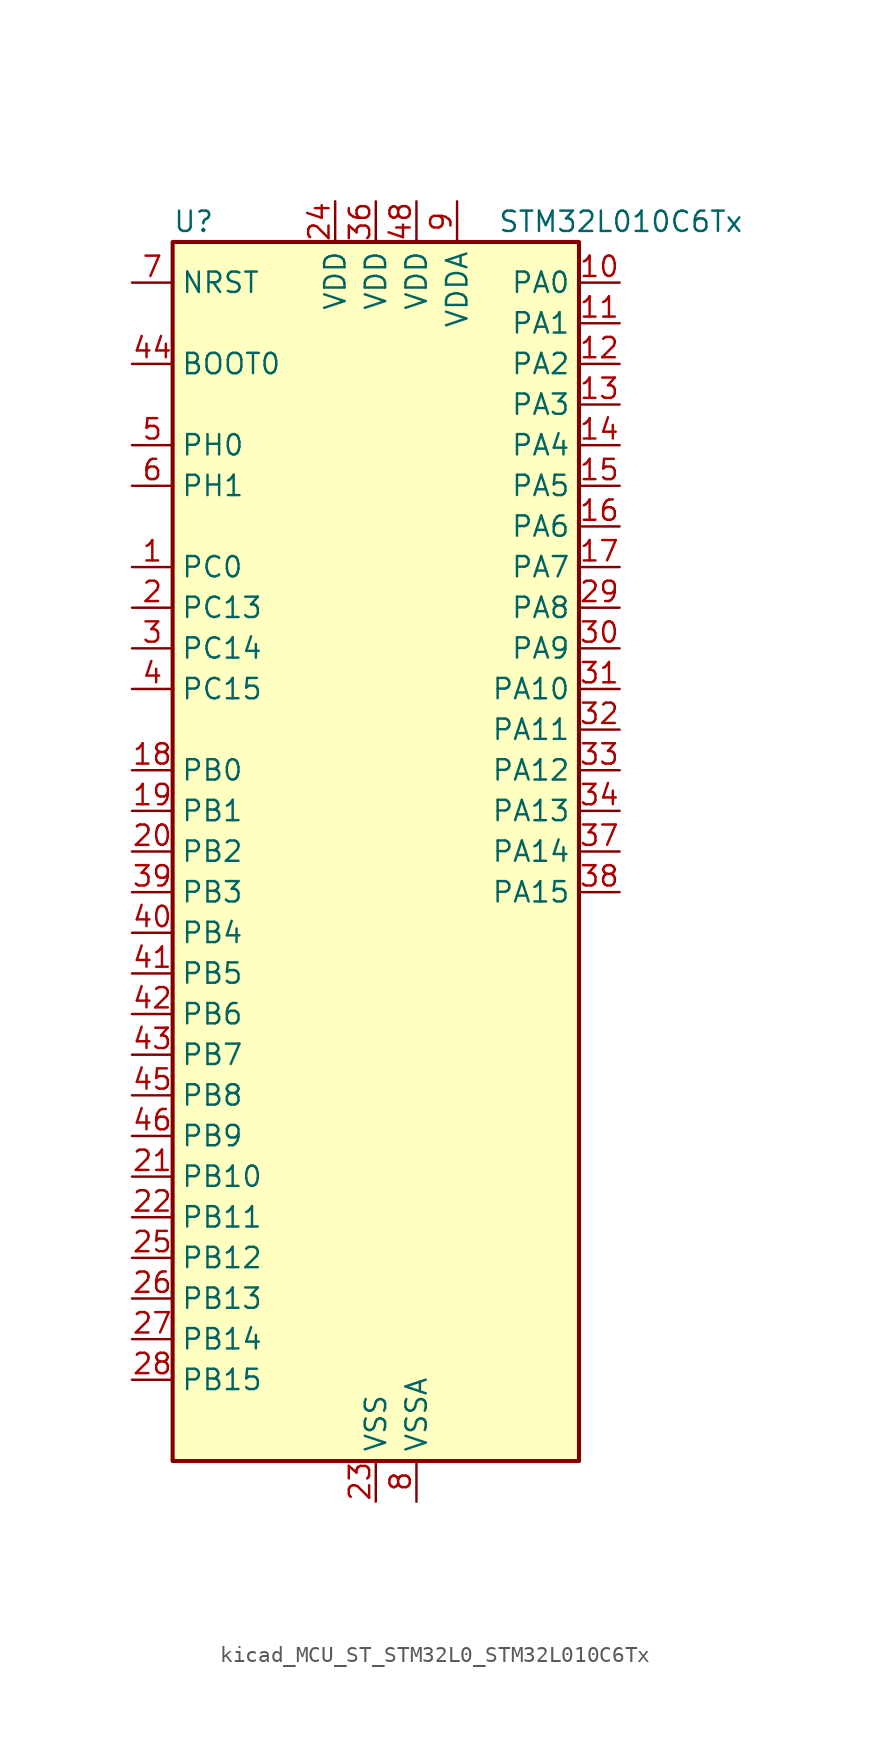
<source format=kicad_sym>
(kicad_symbol_lib
  (version 20220914)
  (generator kicad_symbol_editor)
  (symbol "kicad_MCU_ST_STM32L0_STM32L010C6Tx"
    (property "Reference" "U"
      (at -12.7 39.37 0)
      (effects (font (size 1.27 1.27)) (justify left)))
    (property "Value" "STM32L010C6Tx"
      (at 7.62 39.37 0)
      (effects (font (size 1.27 1.27)) (justify left)))
    (property "ki_locked" ""
      (at 0 0 0)
      (effects (font (size 1.27 1.27))))
    (symbol "kicad_MCU_ST_STM32L0_STM32L010C6Tx_0_1"
      (rectangle (start -12.7 -38.1) (end 12.7 38.1) (stroke (width 0.254) (type default)) (fill (type background))))
    (symbol "kicad_MCU_ST_STM32L0_STM32L010C6Tx_1_1"
      (pin bidirectional line (at -15.24 17.78 0) (length 2.54) (name "PC0" (effects (font (size 1.27 1.27)))) (number "1" (effects (font (size 1.27 1.27)))) (alternate "LPTIM1_IN1" bidirectional line) (alternate "LPUART1_RX" bidirectional line))
      (pin bidirectional line (at 15.24 35.56 180) (length 2.54) (name "PA0" (effects (font (size 1.27 1.27)))) (number "10" (effects (font (size 1.27 1.27)))) (alternate "ADC_IN0" bidirectional line) (alternate "LPTIM1_IN1" bidirectional line) (alternate "RTC_TAMP2" bidirectional line) (alternate "SYS_WKUP1" bidirectional line) (alternate "TIM2_CH1" bidirectional line) (alternate "TIM2_ETR" bidirectional line) (alternate "USART2_CTS" bidirectional line))
      (pin bidirectional line (at 15.24 33.02 180) (length 2.54) (name "PA1" (effects (font (size 1.27 1.27)))) (number "11" (effects (font (size 1.27 1.27)))) (alternate "ADC_IN1" bidirectional line) (alternate "I2C1_SMBA" bidirectional line) (alternate "LPTIM1_IN2" bidirectional line) (alternate "TIM21_ETR" bidirectional line) (alternate "TIM2_CH2" bidirectional line) (alternate "USART2_DE" bidirectional line) (alternate "USART2_RTS" bidirectional line))
      (pin bidirectional line (at 15.24 30.48 180) (length 2.54) (name "PA2" (effects (font (size 1.27 1.27)))) (number "12" (effects (font (size 1.27 1.27)))) (alternate "ADC_IN2" bidirectional line) (alternate "LPUART1_TX" bidirectional line) (alternate "RTC_OUT_ALARM" bidirectional line) (alternate "RTC_OUT_CALIB" bidirectional line) (alternate "RTC_TAMP3" bidirectional line) (alternate "RTC_TS" bidirectional line) (alternate "SYS_WKUP3" bidirectional line) (alternate "TIM21_CH1" bidirectional line) (alternate "TIM2_CH3" bidirectional line) (alternate "USART2_TX" bidirectional line))
      (pin bidirectional line (at 15.24 27.94 180) (length 2.54) (name "PA3" (effects (font (size 1.27 1.27)))) (number "13" (effects (font (size 1.27 1.27)))) (alternate "ADC_IN3" bidirectional line) (alternate "LPUART1_RX" bidirectional line) (alternate "TIM21_CH2" bidirectional line) (alternate "TIM2_CH4" bidirectional line) (alternate "USART2_RX" bidirectional line))
      (pin bidirectional line (at 15.24 25.4 180) (length 2.54) (name "PA4" (effects (font (size 1.27 1.27)))) (number "14" (effects (font (size 1.27 1.27)))) (alternate "ADC_IN4" bidirectional line) (alternate "LPTIM1_IN1" bidirectional line) (alternate "SPI1_NSS" bidirectional line) (alternate "USART2_CK" bidirectional line))
      (pin bidirectional line (at 15.24 22.86 180) (length 2.54) (name "PA5" (effects (font (size 1.27 1.27)))) (number "15" (effects (font (size 1.27 1.27)))) (alternate "ADC_IN5" bidirectional line) (alternate "LPTIM1_IN2" bidirectional line) (alternate "SPI1_SCK" bidirectional line) (alternate "TIM2_CH1" bidirectional line) (alternate "TIM2_ETR" bidirectional line))
      (pin bidirectional line (at 15.24 20.32 180) (length 2.54) (name "PA6" (effects (font (size 1.27 1.27)))) (number "16" (effects (font (size 1.27 1.27)))) (alternate "ADC_IN6" bidirectional line) (alternate "LPTIM1_ETR" bidirectional line) (alternate "LPUART1_CTS" bidirectional line) (alternate "SPI1_MISO" bidirectional line))
      (pin bidirectional line (at 15.24 17.78 180) (length 2.54) (name "PA7" (effects (font (size 1.27 1.27)))) (number "17" (effects (font (size 1.27 1.27)))) (alternate "ADC_IN7" bidirectional line) (alternate "LPTIM1_OUT" bidirectional line) (alternate "SPI1_MOSI" bidirectional line) (alternate "USART2_CTS" bidirectional line))
      (pin bidirectional line (at -15.24 5.08 0) (length 2.54) (name "PB0" (effects (font (size 1.27 1.27)))) (number "18" (effects (font (size 1.27 1.27)))) (alternate "ADC_IN8" bidirectional line) (alternate "SPI1_MISO" bidirectional line) (alternate "SYS_VREF_OUT_PB0" bidirectional line) (alternate "TIM2_CH3" bidirectional line) (alternate "USART2_DE" bidirectional line) (alternate "USART2_RTS" bidirectional line))
      (pin bidirectional line (at -15.24 2.54 0) (length 2.54) (name "PB1" (effects (font (size 1.27 1.27)))) (number "19" (effects (font (size 1.27 1.27)))) (alternate "ADC_IN9" bidirectional line) (alternate "LPUART1_DE" bidirectional line) (alternate "LPUART1_RTS" bidirectional line) (alternate "SPI1_MOSI" bidirectional line) (alternate "SYS_VREF_OUT_PB1" bidirectional line) (alternate "TIM2_CH4" bidirectional line) (alternate "USART2_CK" bidirectional line))
      (pin bidirectional line (at -15.24 15.24 0) (length 2.54) (name "PC13" (effects (font (size 1.27 1.27)))) (number "2" (effects (font (size 1.27 1.27)))) (alternate "RTC_TAMP1" bidirectional line) (alternate "SYS_WKUP2" bidirectional line))
      (pin bidirectional line (at -15.24 0 0) (length 2.54) (name "PB2" (effects (font (size 1.27 1.27)))) (number "20" (effects (font (size 1.27 1.27)))) (alternate "LPTIM1_OUT" bidirectional line))
      (pin bidirectional line (at -15.24 -20.32 0) (length 2.54) (name "PB10" (effects (font (size 1.27 1.27)))) (number "21" (effects (font (size 1.27 1.27)))) (alternate "LPUART1_TX" bidirectional line) (alternate "TIM2_CH3" bidirectional line))
      (pin bidirectional line (at -15.24 -22.86 0) (length 2.54) (name "PB11" (effects (font (size 1.27 1.27)))) (number "22" (effects (font (size 1.27 1.27)))) (alternate "ADC_EXTI11" bidirectional line) (alternate "LPUART1_RX" bidirectional line) (alternate "TIM2_CH4" bidirectional line))
      (pin power_in line (at 0 -40.64 90) (length 2.54) (name "VSS" (effects (font (size 1.27 1.27)))) (number "23" (effects (font (size 1.27 1.27)))))
      (pin power_in line (at -2.54 40.64 270) (length 2.54) (name "VDD" (effects (font (size 1.27 1.27)))) (number "24" (effects (font (size 1.27 1.27)))))
      (pin bidirectional line (at -15.24 -25.4 0) (length 2.54) (name "PB12" (effects (font (size 1.27 1.27)))) (number "25" (effects (font (size 1.27 1.27)))) (alternate "SPI1_NSS" bidirectional line))
      (pin bidirectional line (at -15.24 -27.94 0) (length 2.54) (name "PB13" (effects (font (size 1.27 1.27)))) (number "26" (effects (font (size 1.27 1.27)))) (alternate "LPUART1_CTS" bidirectional line) (alternate "RCC_MCO" bidirectional line) (alternate "SPI1_SCK" bidirectional line) (alternate "TIM21_CH1" bidirectional line))
      (pin bidirectional line (at -15.24 -30.48 0) (length 2.54) (name "PB14" (effects (font (size 1.27 1.27)))) (number "27" (effects (font (size 1.27 1.27)))) (alternate "LPUART1_DE" bidirectional line) (alternate "LPUART1_RTS" bidirectional line) (alternate "RTC_OUT_ALARM" bidirectional line) (alternate "RTC_OUT_CALIB" bidirectional line) (alternate "SPI1_MISO" bidirectional line) (alternate "TIM21_CH2" bidirectional line))
      (pin bidirectional line (at -15.24 -33.02 0) (length 2.54) (name "PB15" (effects (font (size 1.27 1.27)))) (number "28" (effects (font (size 1.27 1.27)))) (alternate "RTC_REFIN" bidirectional line) (alternate "SPI1_MOSI" bidirectional line))
      (pin bidirectional line (at 15.24 15.24 180) (length 2.54) (name "PA8" (effects (font (size 1.27 1.27)))) (number "29" (effects (font (size 1.27 1.27)))) (alternate "LPTIM1_IN1" bidirectional line) (alternate "RCC_MCO" bidirectional line) (alternate "TIM2_CH1" bidirectional line) (alternate "USART2_CK" bidirectional line))
      (pin bidirectional line (at -15.24 12.7 0) (length 2.54) (name "PC14" (effects (font (size 1.27 1.27)))) (number "3" (effects (font (size 1.27 1.27)))) (alternate "RCC_OSC32_IN" bidirectional line))
      (pin bidirectional line (at 15.24 12.7 180) (length 2.54) (name "PA9" (effects (font (size 1.27 1.27)))) (number "30" (effects (font (size 1.27 1.27)))) (alternate "I2C1_SCL" bidirectional line) (alternate "RCC_MCO" bidirectional line) (alternate "USART2_TX" bidirectional line))
      (pin bidirectional line (at 15.24 10.16 180) (length 2.54) (name "PA10" (effects (font (size 1.27 1.27)))) (number "31" (effects (font (size 1.27 1.27)))) (alternate "I2C1_SDA" bidirectional line) (alternate "USART2_RX" bidirectional line))
      (pin bidirectional line (at 15.24 7.62 180) (length 2.54) (name "PA11" (effects (font (size 1.27 1.27)))) (number "32" (effects (font (size 1.27 1.27)))) (alternate "ADC_EXTI11" bidirectional line) (alternate "SPI1_MISO" bidirectional line) (alternate "TIM21_CH2" bidirectional line) (alternate "USART2_CTS" bidirectional line))
      (pin bidirectional line (at 15.24 5.08 180) (length 2.54) (name "PA12" (effects (font (size 1.27 1.27)))) (number "33" (effects (font (size 1.27 1.27)))) (alternate "SPI1_MOSI" bidirectional line) (alternate "USART2_DE" bidirectional line) (alternate "USART2_RTS" bidirectional line))
      (pin bidirectional line (at 15.24 2.54 180) (length 2.54) (name "PA13" (effects (font (size 1.27 1.27)))) (number "34" (effects (font (size 1.27 1.27)))) (alternate "LPTIM1_ETR" bidirectional line) (alternate "LPUART1_RX" bidirectional line) (alternate "SYS_SWDIO" bidirectional line))
      (pin passive line (at 0 -40.64 90) (length 2.54) hide (name "VSS" (effects (font (size 1.27 1.27)))) (number "35" (effects (font (size 1.27 1.27)))))
      (pin power_in line (at 0 40.64 270) (length 2.54) (name "VDD" (effects (font (size 1.27 1.27)))) (number "36" (effects (font (size 1.27 1.27)))))
      (pin bidirectional line (at 15.24 0 180) (length 2.54) (name "PA14" (effects (font (size 1.27 1.27)))) (number "37" (effects (font (size 1.27 1.27)))) (alternate "I2C1_SMBA" bidirectional line) (alternate "LPTIM1_OUT" bidirectional line) (alternate "LPUART1_TX" bidirectional line) (alternate "SYS_SWCLK" bidirectional line) (alternate "USART2_TX" bidirectional line))
      (pin bidirectional line (at 15.24 -2.54 180) (length 2.54) (name "PA15" (effects (font (size 1.27 1.27)))) (number "38" (effects (font (size 1.27 1.27)))) (alternate "SPI1_NSS" bidirectional line) (alternate "TIM2_CH1" bidirectional line) (alternate "TIM2_ETR" bidirectional line) (alternate "USART2_RX" bidirectional line))
      (pin bidirectional line (at -15.24 -2.54 0) (length 2.54) (name "PB3" (effects (font (size 1.27 1.27)))) (number "39" (effects (font (size 1.27 1.27)))) (alternate "SPI1_SCK" bidirectional line) (alternate "TIM2_CH2" bidirectional line))
      (pin bidirectional line (at -15.24 10.16 0) (length 2.54) (name "PC15" (effects (font (size 1.27 1.27)))) (number "4" (effects (font (size 1.27 1.27)))) (alternate "RCC_OSC32_OUT" bidirectional line))
      (pin bidirectional line (at -15.24 -5.08 0) (length 2.54) (name "PB4" (effects (font (size 1.27 1.27)))) (number "40" (effects (font (size 1.27 1.27)))) (alternate "SPI1_MISO" bidirectional line))
      (pin bidirectional line (at -15.24 -7.62 0) (length 2.54) (name "PB5" (effects (font (size 1.27 1.27)))) (number "41" (effects (font (size 1.27 1.27)))) (alternate "I2C1_SMBA" bidirectional line) (alternate "LPTIM1_IN1" bidirectional line) (alternate "SPI1_MOSI" bidirectional line))
      (pin bidirectional line (at -15.24 -10.16 0) (length 2.54) (name "PB6" (effects (font (size 1.27 1.27)))) (number "42" (effects (font (size 1.27 1.27)))) (alternate "I2C1_SCL" bidirectional line) (alternate "LPTIM1_ETR" bidirectional line) (alternate "TIM21_CH1" bidirectional line) (alternate "USART2_TX" bidirectional line))
      (pin bidirectional line (at -15.24 -12.7 0) (length 2.54) (name "PB7" (effects (font (size 1.27 1.27)))) (number "43" (effects (font (size 1.27 1.27)))) (alternate "I2C1_SDA" bidirectional line) (alternate "LPTIM1_IN2" bidirectional line) (alternate "SYS_PVD_IN" bidirectional line) (alternate "USART2_RX" bidirectional line))
      (pin input line (at -15.24 30.48 0) (length 2.54) (name "BOOT0" (effects (font (size 1.27 1.27)))) (number "44" (effects (font (size 1.27 1.27)))))
      (pin bidirectional line (at -15.24 -15.24 0) (length 2.54) (name "PB8" (effects (font (size 1.27 1.27)))) (number "45" (effects (font (size 1.27 1.27)))) (alternate "I2C1_SCL" bidirectional line))
      (pin bidirectional line (at -15.24 -17.78 0) (length 2.54) (name "PB9" (effects (font (size 1.27 1.27)))) (number "46" (effects (font (size 1.27 1.27)))) (alternate "I2C1_SDA" bidirectional line))
      (pin passive line (at 0 -40.64 90) (length 2.54) hide (name "VSS" (effects (font (size 1.27 1.27)))) (number "47" (effects (font (size 1.27 1.27)))))
      (pin power_in line (at 2.54 40.64 270) (length 2.54) (name "VDD" (effects (font (size 1.27 1.27)))) (number "48" (effects (font (size 1.27 1.27)))))
      (pin bidirectional line (at -15.24 25.4 0) (length 2.54) (name "PH0" (effects (font (size 1.27 1.27)))) (number "5" (effects (font (size 1.27 1.27)))) (alternate "RCC_OSC_IN" bidirectional line))
      (pin bidirectional line (at -15.24 22.86 0) (length 2.54) (name "PH1" (effects (font (size 1.27 1.27)))) (number "6" (effects (font (size 1.27 1.27)))) (alternate "RCC_OSC_OUT" bidirectional line))
      (pin input line (at -15.24 35.56 0) (length 2.54) (name "NRST" (effects (font (size 1.27 1.27)))) (number "7" (effects (font (size 1.27 1.27)))))
      (pin power_in line (at 2.54 -40.64 90) (length 2.54) (name "VSSA" (effects (font (size 1.27 1.27)))) (number "8" (effects (font (size 1.27 1.27)))))
      (pin power_in line (at 5.08 40.64 270) (length 2.54) (name "VDDA" (effects (font (size 1.27 1.27)))) (number "9" (effects (font (size 1.27 1.27))))))))
</source>
